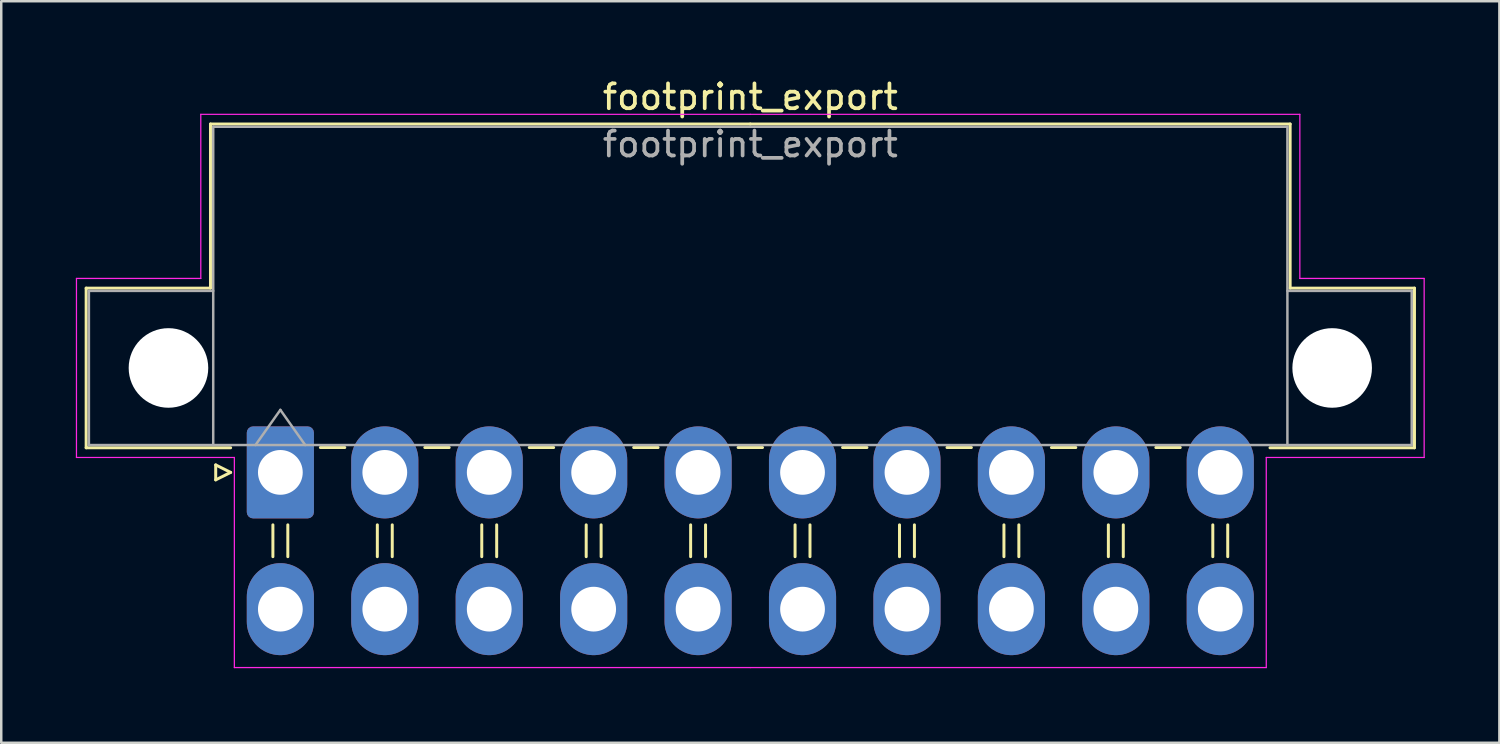
<source format=kicad_pcb>
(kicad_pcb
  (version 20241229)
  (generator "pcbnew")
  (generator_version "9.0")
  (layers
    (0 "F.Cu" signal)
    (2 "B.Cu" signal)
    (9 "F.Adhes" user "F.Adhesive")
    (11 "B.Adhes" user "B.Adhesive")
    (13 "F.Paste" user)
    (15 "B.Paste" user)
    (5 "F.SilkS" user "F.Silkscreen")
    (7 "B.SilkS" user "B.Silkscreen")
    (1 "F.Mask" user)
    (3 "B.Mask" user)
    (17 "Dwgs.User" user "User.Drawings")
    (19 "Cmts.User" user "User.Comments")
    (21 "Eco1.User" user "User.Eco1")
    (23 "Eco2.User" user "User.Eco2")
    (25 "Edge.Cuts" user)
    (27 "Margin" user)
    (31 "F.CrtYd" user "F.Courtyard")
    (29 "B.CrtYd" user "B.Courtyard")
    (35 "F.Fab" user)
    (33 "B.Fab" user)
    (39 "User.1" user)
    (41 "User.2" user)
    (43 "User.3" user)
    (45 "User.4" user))
  (footprint "footprint_export"
    (layer "F.Cu")
    (at 8.225 15.948)
    (property "Reference" "footprint_export" (at 18.9 -15.1 0) (layer "F.SilkS") (effects (font (size 1 1) (thickness 0.15))))
    (attr through_hole)
    (fp_line (start -7.81 -7.41) (end -7.81 -0.99) (stroke (width 0.12) (type solid)) (layer "F.SilkS"))
    (fp_line (start -7.81 -0.99) (end -2 -0.99) (stroke (width 0.12) (type solid)) (layer "F.SilkS"))
    (fp_line (start -2.81 -14.01) (end -2.81 -7.41) (stroke (width 0.12) (type solid)) (layer "F.SilkS"))
    (fp_line (start -2.81 -7.41) (end -7.81 -7.41) (stroke (width 0.12) (type solid)) (layer "F.SilkS"))
    (fp_line (start -2.6 -0.3) (end -2 0) (stroke (width 0.12) (type solid)) (layer "F.SilkS"))
    (fp_line (start -2.6 0.3) (end -2.6 -0.3) (stroke (width 0.12) (type solid)) (layer "F.SilkS"))
    (fp_line (start -2 0) (end -2.6 0.3) (stroke (width 0.12) (type solid)) (layer "F.SilkS"))
    (fp_line (start -0.3 2.11) (end -0.3 3.39) (stroke (width 0.12) (type solid)) (layer "F.SilkS"))
    (fp_line (start 0.3 2.11) (end 0.3 3.39) (stroke (width 0.12) (type solid)) (layer "F.SilkS"))
    (fp_line (start 1.61 -1) (end 2.59 -1) (stroke (width 0.12) (type solid)) (layer "F.SilkS"))
    (fp_line (start 3.9 2.11) (end 3.9 3.39) (stroke (width 0.12) (type solid)) (layer "F.SilkS"))
    (fp_line (start 4.5 2.11) (end 4.5 3.39) (stroke (width 0.12) (type solid)) (layer "F.SilkS"))
    (fp_line (start 5.81 -1) (end 6.79 -1) (stroke (width 0.12) (type solid)) (layer "F.SilkS"))
    (fp_line (start 8.1 2.11) (end 8.1 3.39) (stroke (width 0.12) (type solid)) (layer "F.SilkS"))
    (fp_line (start 8.7 2.11) (end 8.7 3.39) (stroke (width 0.12) (type solid)) (layer "F.SilkS"))
    (fp_line (start 10.01 -1) (end 10.99 -1) (stroke (width 0.12) (type solid)) (layer "F.SilkS"))
    (fp_line (start 12.3 2.11) (end 12.3 3.39) (stroke (width 0.12) (type solid)) (layer "F.SilkS"))
    (fp_line (start 12.9 2.11) (end 12.9 3.39) (stroke (width 0.12) (type solid)) (layer "F.SilkS"))
    (fp_line (start 14.21 -1) (end 15.19 -1) (stroke (width 0.12) (type solid)) (layer "F.SilkS"))
    (fp_line (start 16.5 2.11) (end 16.5 3.39) (stroke (width 0.12) (type solid)) (layer "F.SilkS"))
    (fp_line (start 17.1 2.11) (end 17.1 3.39) (stroke (width 0.12) (type solid)) (layer "F.SilkS"))
    (fp_line (start 18.41 -1) (end 19.39 -1) (stroke (width 0.12) (type solid)) (layer "F.SilkS"))
    (fp_line (start 18.9 -14.01) (end -2.81 -14.01) (stroke (width 0.12) (type solid)) (layer "F.SilkS"))
    (fp_line (start 18.9 -14.01) (end 40.61 -14.01) (stroke (width 0.12) (type solid)) (layer "F.SilkS"))
    (fp_line (start 20.7 2.11) (end 20.7 3.39) (stroke (width 0.12) (type solid)) (layer "F.SilkS"))
    (fp_line (start 21.3 2.11) (end 21.3 3.39) (stroke (width 0.12) (type solid)) (layer "F.SilkS"))
    (fp_line (start 22.61 -1) (end 23.59 -1) (stroke (width 0.12) (type solid)) (layer "F.SilkS"))
    (fp_line (start 24.9 2.11) (end 24.9 3.39) (stroke (width 0.12) (type solid)) (layer "F.SilkS"))
    (fp_line (start 25.5 2.11) (end 25.5 3.39) (stroke (width 0.12) (type solid)) (layer "F.SilkS"))
    (fp_line (start 26.81 -1) (end 27.79 -1) (stroke (width 0.12) (type solid)) (layer "F.SilkS"))
    (fp_line (start 29.1 2.11) (end 29.1 3.39) (stroke (width 0.12) (type solid)) (layer "F.SilkS"))
    (fp_line (start 29.7 2.11) (end 29.7 3.39) (stroke (width 0.12) (type solid)) (layer "F.SilkS"))
    (fp_line (start 31.01 -1) (end 31.99 -1) (stroke (width 0.12) (type solid)) (layer "F.SilkS"))
    (fp_line (start 33.3 2.11) (end 33.3 3.39) (stroke (width 0.12) (type solid)) (layer "F.SilkS"))
    (fp_line (start 33.9 2.11) (end 33.9 3.39) (stroke (width 0.12) (type solid)) (layer "F.SilkS"))
    (fp_line (start 35.21 -1) (end 36.19 -1) (stroke (width 0.12) (type solid)) (layer "F.SilkS"))
    (fp_line (start 37.5 2.11) (end 37.5 3.39) (stroke (width 0.12) (type solid)) (layer "F.SilkS"))
    (fp_line (start 38.1 2.11) (end 38.1 3.39) (stroke (width 0.12) (type solid)) (layer "F.SilkS"))
    (fp_line (start 40.61 -14.01) (end 40.61 -7.41) (stroke (width 0.12) (type solid)) (layer "F.SilkS"))
    (fp_line (start 40.61 -7.41) (end 45.61 -7.41) (stroke (width 0.12) (type solid)) (layer "F.SilkS"))
    (fp_line (start 45.61 -7.41) (end 45.61 -0.99) (stroke (width 0.12) (type solid)) (layer "F.SilkS"))
    (fp_line (start 45.61 -0.99) (end 39.8 -0.99) (stroke (width 0.12) (type solid)) (layer "F.SilkS"))
    (fp_line (start -8.2 -7.8) (end -8.2 -0.6) (stroke (width 0.05) (type solid)) (layer "F.CrtYd"))
    (fp_line (start -8.2 -0.6) (end -1.85 -0.6) (stroke (width 0.05) (type solid)) (layer "F.CrtYd"))
    (fp_line (start -3.2 -14.4) (end -3.2 -7.8) (stroke (width 0.05) (type solid)) (layer "F.CrtYd"))
    (fp_line (start -3.2 -7.8) (end -8.2 -7.8) (stroke (width 0.05) (type solid)) (layer "F.CrtYd"))
    (fp_line (start -1.85 -0.6) (end -1.85 7.85) (stroke (width 0.05) (type solid)) (layer "F.CrtYd"))
    (fp_line (start -1.85 7.85) (end 18.9 7.85) (stroke (width 0.05) (type solid)) (layer "F.CrtYd"))
    (fp_line (start 18.9 -14.4) (end -3.2 -14.4) (stroke (width 0.05) (type solid)) (layer "F.CrtYd"))
    (fp_line (start 18.9 -14.4) (end 41 -14.4) (stroke (width 0.05) (type solid)) (layer "F.CrtYd"))
    (fp_line (start 39.65 -0.6) (end 39.65 7.85) (stroke (width 0.05) (type solid)) (layer "F.CrtYd"))
    (fp_line (start 39.65 7.85) (end 18.9 7.85) (stroke (width 0.05) (type solid)) (layer "F.CrtYd"))
    (fp_line (start 41 -14.4) (end 41 -7.8) (stroke (width 0.05) (type solid)) (layer "F.CrtYd"))
    (fp_line (start 41 -7.8) (end 46 -7.8) (stroke (width 0.05) (type solid)) (layer "F.CrtYd"))
    (fp_line (start 46 -7.8) (end 46 -0.6) (stroke (width 0.05) (type solid)) (layer "F.CrtYd"))
    (fp_line (start 46 -0.6) (end 39.65 -0.6) (stroke (width 0.05) (type solid)) (layer "F.CrtYd"))
    (fp_line (start -7.7 -7.3) (end -7.7 -1.1) (stroke (width 0.1) (type solid)) (layer "F.Fab"))
    (fp_line (start -7.7 -1.1) (end -2.7 -1.1) (stroke (width 0.1) (type solid)) (layer "F.Fab"))
    (fp_line (start -2.7 -13.9) (end -2.7 -1.1) (stroke (width 0.1) (type solid)) (layer "F.Fab"))
    (fp_line (start -2.7 -7.3) (end -7.7 -7.3) (stroke (width 0.1) (type solid)) (layer "F.Fab"))
    (fp_line (start -2.7 -1.1) (end 40.5 -1.1) (stroke (width 0.1) (type solid)) (layer "F.Fab"))
    (fp_line (start -1 -1.1) (end 0 -2.514) (stroke (width 0.1) (type solid)) (layer "F.Fab"))
    (fp_line (start 0 -2.514) (end 1 -1.1) (stroke (width 0.1) (type solid)) (layer "F.Fab"))
    (fp_line (start 40.5 -13.9) (end -2.7 -13.9) (stroke (width 0.1) (type solid)) (layer "F.Fab"))
    (fp_line (start 40.5 -7.3) (end 45.5 -7.3) (stroke (width 0.1) (type solid)) (layer "F.Fab"))
    (fp_line (start 40.5 -1.1) (end 40.5 -13.9) (stroke (width 0.1) (type solid)) (layer "F.Fab"))
    (fp_line (start 45.5 -7.3) (end 45.5 -1.1) (stroke (width 0.1) (type solid)) (layer "F.Fab"))
    (fp_line (start 45.5 -1.1) (end 40.5 -1.1) (stroke (width 0.1) (type solid)) (layer "F.Fab"))
    (fp_text user "${REFERENCE}" (at 18.9 -13.2 0) (layer "F.Fab") (effects (font (size 1 1) (thickness 0.15))))
    (pad "" np_thru_hole circle (at -4.5 -4.2) (size 3.2 3.2) (drill 3.2) (layers "*.Cu" "*.Mask"))
    (pad "" np_thru_hole circle (at 42.3 -4.2) (size 3.2 3.2) (drill 3.2) (layers "*.Cu" "*.Mask"))
    (pad "1" thru_hole roundrect (at 0 0) (size 2.7 3.7) (drill 1.8) (layers "*.Cu" "*.Mask") (roundrect_rratio 0.093))
    (pad "2" thru_hole oval (at 4.2 0) (size 2.7 3.7) (drill 1.8) (layers "*.Cu" "*.Mask"))
    (pad "3" thru_hole oval (at 8.4 0) (size 2.7 3.7) (drill 1.8) (layers "*.Cu" "*.Mask"))
    (pad "4" thru_hole oval (at 12.6 0) (size 2.7 3.7) (drill 1.8) (layers "*.Cu" "*.Mask"))
    (pad "5" thru_hole oval (at 16.8 0) (size 2.7 3.7) (drill 1.8) (layers "*.Cu" "*.Mask"))
    (pad "6" thru_hole oval (at 21 0) (size 2.7 3.7) (drill 1.8) (layers "*.Cu" "*.Mask"))
    (pad "7" thru_hole oval (at 25.2 0) (size 2.7 3.7) (drill 1.8) (layers "*.Cu" "*.Mask"))
    (pad "8" thru_hole oval (at 29.4 0) (size 2.7 3.7) (drill 1.8) (layers "*.Cu" "*.Mask"))
    (pad "9" thru_hole oval (at 33.6 0) (size 2.7 3.7) (drill 1.8) (layers "*.Cu" "*.Mask"))
    (pad "10" thru_hole oval (at 37.8 0) (size 2.7 3.7) (drill 1.8) (layers "*.Cu" "*.Mask"))
    (pad "11" thru_hole oval (at 0 5.5) (size 2.7 3.7) (drill 1.8) (layers "*.Cu" "*.Mask"))
    (pad "12" thru_hole oval (at 4.2 5.5) (size 2.7 3.7) (drill 1.8) (layers "*.Cu" "*.Mask"))
    (pad "13" thru_hole oval (at 8.4 5.5) (size 2.7 3.7) (drill 1.8) (layers "*.Cu" "*.Mask"))
    (pad "14" thru_hole oval (at 12.6 5.5) (size 2.7 3.7) (drill 1.8) (layers "*.Cu" "*.Mask"))
    (pad "15" thru_hole oval (at 16.8 5.5) (size 2.7 3.7) (drill 1.8) (layers "*.Cu" "*.Mask"))
    (pad "16" thru_hole oval (at 21 5.5) (size 2.7 3.7) (drill 1.8) (layers "*.Cu" "*.Mask"))
    (pad "17" thru_hole oval (at 25.2 5.5) (size 2.7 3.7) (drill 1.8) (layers "*.Cu" "*.Mask"))
    (pad "18" thru_hole oval (at 29.4 5.5) (size 2.7 3.7) (drill 1.8) (layers "*.Cu" "*.Mask"))
    (pad "19" thru_hole oval (at 33.6 5.5) (size 2.7 3.7) (drill 1.8) (layers "*.Cu" "*.Mask"))
    (pad "20" thru_hole oval (at 37.8 5.5) (size 2.7 3.7) (drill 1.8) (layers "*.Cu" "*.Mask")))
  (gr_rect
    (start -3 -3)
    (end 57.25 26.823)
    (stroke (width 0.1) (type default))
    (fill no)
    (layer "Edge.Cuts")))
</source>
